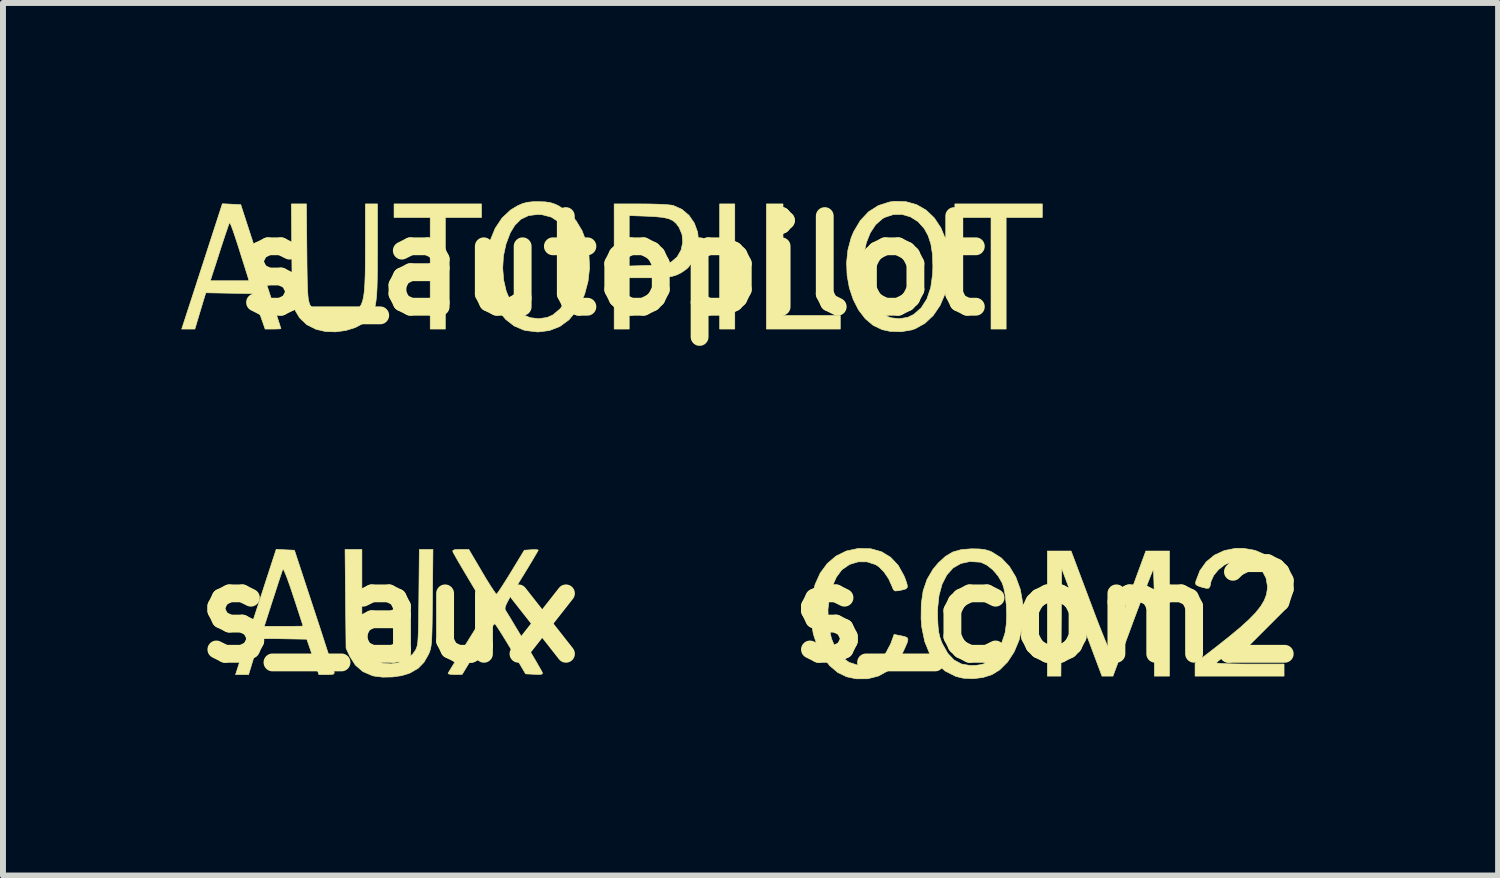
<source format=kicad_pcb>
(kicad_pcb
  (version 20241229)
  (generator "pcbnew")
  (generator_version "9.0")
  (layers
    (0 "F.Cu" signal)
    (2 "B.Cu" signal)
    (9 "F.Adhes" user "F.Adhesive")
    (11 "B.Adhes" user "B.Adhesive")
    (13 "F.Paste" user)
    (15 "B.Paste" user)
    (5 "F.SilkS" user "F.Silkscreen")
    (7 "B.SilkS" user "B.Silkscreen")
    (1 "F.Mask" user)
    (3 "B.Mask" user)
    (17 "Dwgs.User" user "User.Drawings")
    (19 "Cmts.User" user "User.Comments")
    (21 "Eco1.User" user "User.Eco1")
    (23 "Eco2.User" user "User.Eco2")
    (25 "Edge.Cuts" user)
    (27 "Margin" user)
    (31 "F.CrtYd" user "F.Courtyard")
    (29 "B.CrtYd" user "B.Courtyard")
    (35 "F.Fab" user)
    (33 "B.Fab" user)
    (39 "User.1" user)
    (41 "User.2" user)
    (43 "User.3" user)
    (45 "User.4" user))
  (footprint "s_aux"
    (layer "F.Cu")
    (at 3.491 7.254)
    (property "Reference" "s_aux" (at 0 0 0) (layer "F.SilkS") (effects (font (size 1.524 1.524) (thickness 0.3))))
    (attr through_hole)
    (fp_poly (pts (xy -0.456 -0.26) (xy -0.456 -0.033) (xy -0.455 0.149) (xy -0.453 0.292) (xy -0.45 0.401) (xy -0.445 0.483) (xy -0.439 0.542) (xy -0.43 0.585) (xy -0.419 0.618) (xy -0.412 0.633) (xy -0.334 0.737) (xy -0.226 0.81) (xy -0.099 0.85) (xy 0.037 0.859) (xy 0.172 0.836) (xy 0.296 0.781) (xy 0.399 0.694) (xy 0.442 0.634) (xy 0.457 0.606) (xy 0.468 0.576) (xy 0.478 0.536) (xy 0.485 0.481) (xy 0.49 0.405) (xy 0.494 0.302) (xy 0.497 0.167) (xy 0.499 -0.006) (xy 0.502 -0.223) (xy 0.502 -0.26) (xy 0.51 -1.065) (xy 0.739 -1.065) (xy 0.731 -0.247) (xy 0.728 -0.021) (xy 0.726 0.16) (xy 0.723 0.302) (xy 0.719 0.412) (xy 0.714 0.495) (xy 0.707 0.558) (xy 0.698 0.605) (xy 0.687 0.645) (xy 0.672 0.681) (xy 0.664 0.7) (xy 0.587 0.834) (xy 0.49 0.933) (xy 0.357 1.01) (xy 0.342 1.017) (xy 0.212 1.057) (xy 0.056 1.079) (xy -0.106 1.082) (xy -0.252 1.064) (xy -0.283 1.056) (xy -0.44 0.988) (xy -0.564 0.881) (xy -0.656 0.738) (xy -0.722 0.596) (xy -0.731 -0.234) (xy -0.739 -1.065) (xy -0.456 -1.065) (xy -0.456 -0.26)) (stroke (width 0.01) (type solid)) (fill yes) (layer "F.SilkS"))
    (fp_poly (pts (xy -1.743 -1.059) (xy -1.59 -1.052) (xy -1.265 -0.063) (xy -1.194 0.152) (xy -1.128 0.354) (xy -1.069 0.538) (xy -1.017 0.697) (xy -0.975 0.826) (xy -0.945 0.92) (xy -0.928 0.973) (xy -0.926 0.982) (xy -0.921 1.015) (xy -0.937 1.032) (xy -0.983 1.038) (xy -1.045 1.039) (xy -1.179 1.039) (xy -1.382 0.444) (xy -1.779 0.437) (xy -1.93 0.434) (xy -2.038 0.434) (xy -2.11 0.437) (xy -2.154 0.444) (xy -2.177 0.455) (xy -2.188 0.471) (xy -2.189 0.475) (xy -2.202 0.517) (xy -2.226 0.595) (xy -2.257 0.697) (xy -2.282 0.779) (xy -2.361 1.039) (xy -2.58 1.039) (xy -2.435 0.589) (xy -2.382 0.428) (xy -2.319 0.233) (xy -2.318 0.228) (xy -2.098 0.228) (xy -1.771 0.228) (xy -1.649 0.228) (xy -1.548 0.226) (xy -1.477 0.225) (xy -1.446 0.222) (xy -1.445 0.222) (xy -1.453 0.197) (xy -1.474 0.131) (xy -1.506 0.032) (xy -1.547 -0.094) (xy -1.595 -0.24) (xy -1.608 -0.279) (xy -1.661 -0.439) (xy -1.708 -0.57) (xy -1.745 -0.665) (xy -1.771 -0.722) (xy -1.785 -0.734) (xy -1.785 -0.733) (xy -1.798 -0.698) (xy -1.823 -0.622) (xy -1.859 -0.514) (xy -1.901 -0.383) (xy -1.948 -0.237) (xy -1.95 -0.233) (xy -2.098 0.228) (xy -2.318 0.228) (xy -2.25 0.019) (xy -2.179 -0.198) (xy -2.112 -0.405) (xy -2.093 -0.464) (xy -1.897 -1.067) (xy -1.743 -1.059)) (stroke (width 0.01) (type solid)) (fill yes) (layer "F.SilkS"))
    (fp_poly (pts (xy 1.565 -0.686) (xy 1.638 -0.563) (xy 1.704 -0.457) (xy 1.757 -0.376) (xy 1.794 -0.325) (xy 1.808 -0.313) (xy 1.827 -0.335) (xy 1.868 -0.394) (xy 1.925 -0.482) (xy 1.994 -0.591) (xy 2.052 -0.685) (xy 2.275 -1.052) (xy 2.392 -1.06) (xy 2.461 -1.062) (xy 2.503 -1.058) (xy 2.51 -1.054) (xy 2.497 -1.029) (xy 2.461 -0.968) (xy 2.407 -0.876) (xy 2.337 -0.76) (xy 2.256 -0.627) (xy 2.218 -0.566) (xy 2.123 -0.41) (xy 2.051 -0.29) (xy 2.001 -0.202) (xy 1.97 -0.14) (xy 1.954 -0.096) (xy 1.951 -0.067) (xy 1.957 -0.045) (xy 1.96 -0.04) (xy 2 0.024) (xy 2.056 0.116) (xy 2.124 0.23) (xy 2.201 0.357) (xy 2.28 0.491) (xy 2.359 0.624) (xy 2.431 0.747) (xy 2.494 0.854) (xy 2.541 0.937) (xy 2.57 0.988) (xy 2.576 0.999) (xy 2.579 1.023) (xy 2.559 1.035) (xy 2.505 1.037) (xy 2.445 1.034) (xy 2.297 1.027) (xy 2.05 0.609) (xy 1.971 0.478) (xy 1.901 0.364) (xy 1.842 0.272) (xy 1.8 0.209) (xy 1.779 0.183) (xy 1.779 0.183) (xy 1.759 0.201) (xy 1.718 0.257) (xy 1.659 0.343) (xy 1.588 0.453) (xy 1.507 0.582) (xy 1.492 0.606) (xy 1.229 1.037) (xy 1.107 1.038) (xy 1.038 1.035) (xy 0.998 1.026) (xy 0.993 1.019) (xy 1.008 0.992) (xy 1.046 0.929) (xy 1.104 0.835) (xy 1.177 0.716) (xy 1.261 0.579) (xy 1.326 0.475) (xy 1.65 -0.048) (xy 1.37 -0.517) (xy 1.286 -0.658) (xy 1.211 -0.785) (xy 1.148 -0.892) (xy 1.103 -0.973) (xy 1.077 -1.019) (xy 1.074 -1.026) (xy 1.074 -1.048) (xy 1.102 -1.06) (xy 1.167 -1.064) (xy 1.201 -1.065) (xy 1.342 -1.065) (xy 1.565 -0.686)) (stroke (width 0.01) (type solid)) (fill yes) (layer "F.SilkS")))
  (footprint "s_autopilot"
    (layer "F.Cu")
    (at 7.226 1.418)
    (property "Reference" "s_autopilot" (at 0 0 0) (layer "F.SilkS") (effects (font (size 1.524 1.524) (thickness 0.3))))
    (attr through_hole)
    (fp_poly (pts (xy 2.079 1.065) (xy 1.825 1.065) (xy 1.825 -1.039) (xy 2.079 -1.039) (xy 2.079 1.065)) (stroke (width 0.01) (type solid)) (fill yes) (layer "F.SilkS"))
    (fp_poly (pts (xy 2.89 0.837) (xy 3.853 0.837) (xy 3.853 1.065) (xy 2.611 1.065) (xy 2.611 -1.039) (xy 2.89 -1.039) (xy 2.89 0.837)) (stroke (width 0.01) (type solid)) (fill yes) (layer "F.SilkS"))
    (fp_poly (pts (xy -2.18 -0.811) (xy -2.788 -0.811) (xy -2.788 1.065) (xy -3.042 1.065) (xy -3.042 -0.811) (xy -3.65 -0.811) (xy -3.65 -1.039) (xy -2.18 -1.039) (xy -2.18 -0.811)) (stroke (width 0.01) (type solid)) (fill yes) (layer "F.SilkS"))
    (fp_poly (pts (xy 7.25 -0.811) (xy 6.642 -0.811) (xy 6.642 1.065) (xy 6.388 1.065) (xy 6.388 -0.811) (xy 5.78 -0.811) (xy 5.78 -1.039) (xy 7.25 -1.039) (xy 7.25 -0.811)) (stroke (width 0.01) (type solid)) (fill yes) (layer "F.SilkS"))
    (fp_poly (pts (xy 0.501 -1.039) (xy 0.654 -1.038) (xy 0.795 -1.034) (xy 0.915 -1.028) (xy 1.003 -1.02) (xy 1.042 -1.014) (xy 1.19 -0.948) (xy 1.31 -0.846) (xy 1.399 -0.716) (xy 1.454 -0.566) (xy 1.472 -0.404) (xy 1.447 -0.24) (xy 1.413 -0.145) (xy 1.359 -0.051) (xy 1.295 0.03) (xy 1.263 0.059) (xy 1.184 0.114) (xy 1.108 0.153) (xy 1.024 0.179) (xy 0.921 0.194) (xy 0.787 0.201) (xy 0.647 0.203) (xy 0.304 0.203) (xy 0.304 1.065) (xy 0.051 1.065) (xy 0.051 0.005) (xy 0.304 0.005) (xy 0.615 -0.004) (xy 0.755 -0.009) (xy 0.855 -0.017) (xy 0.927 -0.029) (xy 0.981 -0.047) (xy 1.013 -0.064) (xy 1.111 -0.149) (xy 1.176 -0.263) (xy 1.204 -0.392) (xy 1.193 -0.524) (xy 1.144 -0.642) (xy 1.095 -0.709) (xy 1.039 -0.758) (xy 0.966 -0.792) (xy 0.867 -0.813) (xy 0.733 -0.826) (xy 0.615 -0.832) (xy 0.304 -0.843) (xy 0.304 0.005) (xy 0.051 0.005) (xy 0.051 -1.039) (xy 0.501 -1.039)) (stroke (width 0.01) (type solid)) (fill yes) (layer "F.SilkS"))
    (fp_poly (pts (xy -6.228 -1.027) (xy -5.89 0.013) (xy -5.819 0.232) (xy -5.753 0.435) (xy -5.694 0.618) (xy -5.643 0.776) (xy -5.601 0.904) (xy -5.572 0.996) (xy -5.555 1.048) (xy -5.552 1.058) (xy -5.575 1.062) (xy -5.633 1.064) (xy -5.685 1.065) (xy -5.818 1.065) (xy -6.026 0.469) (xy -6.815 0.455) (xy -6.841 0.538) (xy -6.86 0.6) (xy -6.888 0.694) (xy -6.921 0.803) (xy -6.933 0.843) (xy -6.999 1.065) (xy -7.221 1.065) (xy -7.161 0.881) (xy -7.139 0.813) (xy -7.104 0.705) (xy -7.057 0.562) (xy -7.002 0.392) (xy -6.957 0.253) (xy -6.74 0.253) (xy -6.088 0.253) (xy -6.149 0.057) (xy -6.222 -0.173) (xy -6.28 -0.358) (xy -6.327 -0.5) (xy -6.363 -0.605) (xy -6.389 -0.675) (xy -6.407 -0.713) (xy -6.417 -0.723) (xy -6.418 -0.721) (xy -6.431 -0.69) (xy -6.455 -0.619) (xy -6.49 -0.517) (xy -6.531 -0.392) (xy -6.564 -0.292) (xy -6.609 -0.151) (xy -6.65 -0.023) (xy -6.685 0.083) (xy -6.709 0.157) (xy -6.717 0.184) (xy -6.74 0.253) (xy -6.957 0.253) (xy -6.94 0.201) (xy -6.874 -0.002) (xy -6.819 -0.172) (xy -6.537 -1.042) (xy -6.228 -1.027)) (stroke (width 0.01) (type solid)) (fill yes) (layer "F.SilkS"))
    (fp_poly (pts (xy -5.116 -0.234) (xy -5.114 -0.008) (xy -5.111 0.173) (xy -5.108 0.315) (xy -5.103 0.424) (xy -5.098 0.506) (xy -5.091 0.566) (xy -5.081 0.61) (xy -5.07 0.645) (xy -5.06 0.667) (xy -4.986 0.762) (xy -4.88 0.83) (xy -4.753 0.87) (xy -4.616 0.882) (xy -4.48 0.864) (xy -4.356 0.815) (xy -4.268 0.746) (xy -4.232 0.703) (xy -4.202 0.654) (xy -4.179 0.595) (xy -4.162 0.52) (xy -4.149 0.422) (xy -4.141 0.296) (xy -4.135 0.136) (xy -4.133 -0.062) (xy -4.132 -0.305) (xy -4.132 -0.318) (xy -4.132 -1.039) (xy -3.929 -1.039) (xy -3.929 -0.245) (xy -3.93 0.002) (xy -3.932 0.203) (xy -3.936 0.366) (xy -3.943 0.495) (xy -3.954 0.597) (xy -3.968 0.678) (xy -3.989 0.742) (xy -4.014 0.797) (xy -4.047 0.847) (xy -4.066 0.874) (xy -4.167 0.968) (xy -4.303 1.04) (xy -4.462 1.089) (xy -4.634 1.112) (xy -4.805 1.106) (xy -4.963 1.069) (xy -5.118 0.991) (xy -5.236 0.879) (xy -5.308 0.76) (xy -5.322 0.727) (xy -5.334 0.691) (xy -5.343 0.648) (xy -5.351 0.591) (xy -5.356 0.515) (xy -5.36 0.413) (xy -5.364 0.281) (xy -5.366 0.111) (xy -5.368 -0.101) (xy -5.369 -0.196) (xy -5.377 -1.039) (xy -5.124 -1.039) (xy -5.116 -0.234)) (stroke (width 0.01) (type solid)) (fill yes) (layer "F.SilkS"))
    (fp_poly (pts (xy 4.957 -1.077) (xy 5.136 -1.027) (xy 5.296 -0.935) (xy 5.433 -0.805) (xy 5.543 -0.64) (xy 5.625 -0.444) (xy 5.674 -0.221) (xy 5.688 0) (xy 5.669 0.246) (xy 5.616 0.47) (xy 5.531 0.668) (xy 5.417 0.836) (xy 5.277 0.968) (xy 5.114 1.059) (xy 5.056 1.079) (xy 4.877 1.11) (xy 4.688 1.103) (xy 4.558 1.075) (xy 4.406 1.003) (xy 4.273 0.89) (xy 4.16 0.743) (xy 4.071 0.568) (xy 4.006 0.374) (xy 3.968 0.165) (xy 3.961 -0.014) (xy 4.236 -0.014) (xy 4.245 0.179) (xy 4.278 0.365) (xy 4.336 0.534) (xy 4.419 0.68) (xy 4.527 0.791) (xy 4.561 0.815) (xy 4.696 0.874) (xy 4.843 0.892) (xy 4.987 0.868) (xy 5.087 0.82) (xy 5.214 0.708) (xy 5.31 0.558) (xy 5.374 0.368) (xy 5.406 0.14) (xy 5.41 0.013) (xy 5.403 -0.194) (xy 5.377 -0.362) (xy 5.331 -0.504) (xy 5.268 -0.621) (xy 5.161 -0.741) (xy 5.032 -0.822) (xy 4.889 -0.863) (xy 4.742 -0.86) (xy 4.599 -0.812) (xy 4.561 -0.79) (xy 4.447 -0.689) (xy 4.357 -0.552) (xy 4.292 -0.389) (xy 4.252 -0.206) (xy 4.236 -0.014) (xy 3.961 -0.014) (xy 3.959 -0.049) (xy 3.981 -0.263) (xy 4.036 -0.47) (xy 4.078 -0.571) (xy 4.19 -0.759) (xy 4.329 -0.907) (xy 4.492 -1.011) (xy 4.679 -1.071) (xy 4.76 -1.083) (xy 4.957 -1.077)) (stroke (width 0.01) (type solid)) (fill yes) (layer "F.SilkS"))
    (fp_poly (pts (xy -1.113 -1.074) (xy -1.026 -1.062) (xy -0.946 -1.036) (xy -0.883 -1.007) (xy -0.723 -0.901) (xy -0.591 -0.759) (xy -0.488 -0.587) (xy -0.415 -0.393) (xy -0.373 -0.182) (xy -0.363 0.038) (xy -0.388 0.261) (xy -0.446 0.48) (xy -0.541 0.688) (xy -0.581 0.755) (xy -0.709 0.909) (xy -0.863 1.022) (xy -1.038 1.09) (xy -1.23 1.114) (xy -1.434 1.09) (xy -1.472 1.081) (xy -1.632 1.012) (xy -1.774 0.901) (xy -1.893 0.755) (xy -1.988 0.577) (xy -2.055 0.376) (xy -2.092 0.156) (xy -2.094 0.042) (xy -1.823 0.042) (xy -1.807 0.242) (xy -1.764 0.428) (xy -1.695 0.593) (xy -1.601 0.727) (xy -1.498 0.815) (xy -1.365 0.873) (xy -1.219 0.891) (xy -1.076 0.87) (xy -0.98 0.828) (xy -0.854 0.722) (xy -0.757 0.576) (xy -0.691 0.39) (xy -0.655 0.167) (xy -0.649 0) (xy -0.663 -0.244) (xy -0.707 -0.449) (xy -0.779 -0.613) (xy -0.88 -0.736) (xy -1.007 -0.818) (xy -1.162 -0.858) (xy -1.236 -0.862) (xy -1.389 -0.843) (xy -1.515 -0.783) (xy -1.619 -0.68) (xy -1.696 -0.554) (xy -1.768 -0.364) (xy -1.811 -0.162) (xy -1.823 0.042) (xy -2.094 0.042) (xy -2.095 -0.076) (xy -2.084 -0.19) (xy -2.034 -0.423) (xy -1.95 -0.628) (xy -1.835 -0.801) (xy -1.692 -0.936) (xy -1.577 -1.006) (xy -1.49 -1.045) (xy -1.41 -1.066) (xy -1.317 -1.076) (xy -1.229 -1.077) (xy -1.113 -1.074)) (stroke (width 0.01) (type solid)) (fill yes) (layer "F.SilkS")))
  (footprint "s_com2"
    (layer "F.Cu")
    (at 14.561 7.254)
    (property "Reference" "s_com2" (at 0 0 0) (layer "F.SilkS") (effects (font (size 1.524 1.524) (thickness 0.3))))
    (attr through_hole)
    (fp_poly (pts (xy 0.713 -0.204) (xy 0.786 -0.01) (xy 0.853 0.166) (xy 0.914 0.32) (xy 0.965 0.447) (xy 1.005 0.542) (xy 1.031 0.599) (xy 1.041 0.614) (xy 1.054 0.587) (xy 1.081 0.517) (xy 1.121 0.411) (xy 1.173 0.275) (xy 1.233 0.113) (xy 1.3 -0.068) (xy 1.356 -0.222) (xy 1.656 -1.039) (xy 2.053 -1.039) (xy 2.053 1.065) (xy 1.8 1.065) (xy 1.8 0.16) (xy 1.799 -0.052) (xy 1.798 -0.243) (xy 1.795 -0.41) (xy 1.791 -0.546) (xy 1.787 -0.647) (xy 1.783 -0.706) (xy 1.778 -0.721) (xy 1.765 -0.693) (xy 1.736 -0.622) (xy 1.694 -0.515) (xy 1.64 -0.376) (xy 1.578 -0.211) (xy 1.508 -0.026) (xy 1.433 0.174) (xy 1.43 0.184) (xy 1.103 1.065) (xy 0.919 1.065) (xy 0.58 0.16) (xy 0.241 -0.745) (xy 0.234 0.16) (xy 0.228 1.065) (xy 0 1.065) (xy 0 -1.039) (xy 0.399 -1.039) (xy 0.713 -0.204)) (stroke (width 0.01) (type solid)) (fill yes) (layer "F.SilkS"))
    (fp_poly (pts (xy 3.495 -1.049) (xy 3.663 -0.976) (xy 3.799 -0.868) (xy 3.899 -0.728) (xy 3.945 -0.612) (xy 3.97 -0.464) (xy 3.955 -0.314) (xy 3.9 -0.162) (xy 3.803 -0.003) (xy 3.663 0.163) (xy 3.478 0.339) (xy 3.247 0.527) (xy 3.121 0.621) (xy 3.019 0.697) (xy 2.934 0.762) (xy 2.872 0.812) (xy 2.843 0.84) (xy 2.841 0.843) (xy 2.865 0.848) (xy 2.932 0.853) (xy 3.035 0.857) (xy 3.168 0.86) (xy 3.324 0.862) (xy 3.409 0.862) (xy 3.98 0.862) (xy 3.98 1.065) (xy 2.484 1.065) (xy 2.484 0.849) (xy 2.841 0.573) (xy 3.063 0.397) (xy 3.246 0.245) (xy 3.392 0.112) (xy 3.506 -0.005) (xy 3.59 -0.112) (xy 3.648 -0.21) (xy 3.684 -0.305) (xy 3.699 -0.4) (xy 3.701 -0.445) (xy 3.678 -0.583) (xy 3.615 -0.702) (xy 3.518 -0.794) (xy 3.396 -0.855) (xy 3.257 -0.879) (xy 3.107 -0.862) (xy 3.097 -0.86) (xy 2.983 -0.808) (xy 2.879 -0.727) (xy 2.797 -0.629) (xy 2.751 -0.526) (xy 2.748 -0.508) (xy 2.735 -0.445) (xy 2.713 -0.414) (xy 2.671 -0.412) (xy 2.595 -0.431) (xy 2.581 -0.435) (xy 2.518 -0.458) (xy 2.493 -0.483) (xy 2.495 -0.523) (xy 2.497 -0.53) (xy 2.565 -0.708) (xy 2.671 -0.856) (xy 2.81 -0.97) (xy 2.977 -1.047) (xy 3.166 -1.084) (xy 3.299 -1.084) (xy 3.495 -1.049)) (stroke (width 0.01) (type solid)) (fill yes) (layer "F.SilkS"))
    (fp_poly (pts (xy -2.969 -1.077) (xy -2.79 -1.027) (xy -2.636 -0.934) (xy -2.508 -0.798) (xy -2.41 -0.621) (xy -2.384 -0.556) (xy -2.358 -0.476) (xy -2.354 -0.429) (xy -2.379 -0.402) (xy -2.442 -0.384) (xy -2.502 -0.372) (xy -2.558 -0.367) (xy -2.588 -0.387) (xy -2.61 -0.441) (xy -2.667 -0.569) (xy -2.746 -0.686) (xy -2.835 -0.776) (xy -2.888 -0.81) (xy -3.032 -0.857) (xy -3.181 -0.857) (xy -3.324 -0.814) (xy -3.449 -0.728) (xy -3.458 -0.72) (xy -3.548 -0.599) (xy -3.618 -0.44) (xy -3.666 -0.255) (xy -3.689 -0.054) (xy -3.684 0.153) (xy -3.677 0.221) (xy -3.63 0.434) (xy -3.557 0.608) (xy -3.459 0.741) (xy -3.336 0.833) (xy -3.19 0.88) (xy -3.1 0.887) (xy -2.951 0.863) (xy -2.823 0.793) (xy -2.717 0.678) (xy -2.633 0.52) (xy -2.619 0.481) (xy -2.577 0.364) (xy -2.454 0.388) (xy -2.393 0.402) (xy -2.357 0.419) (xy -2.345 0.449) (xy -2.356 0.5) (xy -2.391 0.581) (xy -2.436 0.677) (xy -2.542 0.844) (xy -2.679 0.974) (xy -2.84 1.063) (xy -3.02 1.109) (xy -3.213 1.11) (xy -3.375 1.076) (xy -3.524 1.004) (xy -3.659 0.89) (xy -3.775 0.739) (xy -3.868 0.56) (xy -3.935 0.357) (xy -3.972 0.138) (xy -3.979 0) (xy -3.96 -0.251) (xy -3.906 -0.475) (xy -3.819 -0.668) (xy -3.7 -0.829) (xy -3.553 -0.954) (xy -3.38 -1.039) (xy -3.184 -1.081) (xy -3.172 -1.082) (xy -2.969 -1.077)) (stroke (width 0.01) (type solid)) (fill yes) (layer "F.SilkS"))
    (fp_poly (pts (xy -1.141 -1.073) (xy -1.046 -1.061) (xy -0.966 -1.037) (xy -0.934 -1.023) (xy -0.773 -0.921) (xy -0.638 -0.779) (xy -0.531 -0.602) (xy -0.455 -0.395) (xy -0.414 -0.163) (xy -0.406 0) (xy -0.424 0.238) (xy -0.475 0.459) (xy -0.558 0.657) (xy -0.668 0.826) (xy -0.802 0.96) (xy -0.931 1.039) (xy -1.079 1.087) (xy -1.247 1.108) (xy -1.414 1.1) (xy -1.538 1.07) (xy -1.717 0.98) (xy -1.864 0.852) (xy -1.98 0.685) (xy -2.062 0.483) (xy -2.111 0.245) (xy -2.123 0.101) (xy -2.121 -0.063) (xy -1.846 -0.063) (xy -1.845 0.089) (xy -1.838 0.224) (xy -1.827 0.324) (xy -1.809 0.405) (xy -1.782 0.483) (xy -1.764 0.523) (xy -1.675 0.682) (xy -1.569 0.794) (xy -1.444 0.861) (xy -1.297 0.887) (xy -1.275 0.887) (xy -1.184 0.882) (xy -1.101 0.869) (xy -1.073 0.86) (xy -0.96 0.792) (xy -0.86 0.681) (xy -0.777 0.534) (xy -0.717 0.359) (xy -0.709 0.326) (xy -0.691 0.194) (xy -0.684 0.037) (xy -0.69 -0.129) (xy -0.707 -0.288) (xy -0.734 -0.424) (xy -0.759 -0.5) (xy -0.826 -0.616) (xy -0.915 -0.721) (xy -1.015 -0.801) (xy -1.112 -0.847) (xy -1.127 -0.851) (xy -1.302 -0.862) (xy -1.455 -0.829) (xy -1.585 -0.754) (xy -1.69 -0.637) (xy -1.77 -0.482) (xy -1.822 -0.29) (xy -1.846 -0.063) (xy -2.121 -0.063) (xy -2.12 -0.152) (xy -2.088 -0.371) (xy -2.023 -0.561) (xy -1.923 -0.731) (xy -1.834 -0.838) (xy -1.713 -0.949) (xy -1.59 -1.022) (xy -1.449 -1.062) (xy -1.277 -1.076) (xy -1.267 -1.076) (xy -1.141 -1.073)) (stroke (width 0.01) (type solid)) (fill yes) (layer "F.SilkS")))
  (gr_rect
    (start -3 -3)
    (end 22.14 11.672)
    (stroke (width 0.1) (type default))
    (fill no)
    (layer "Edge.Cuts")))
</source>
